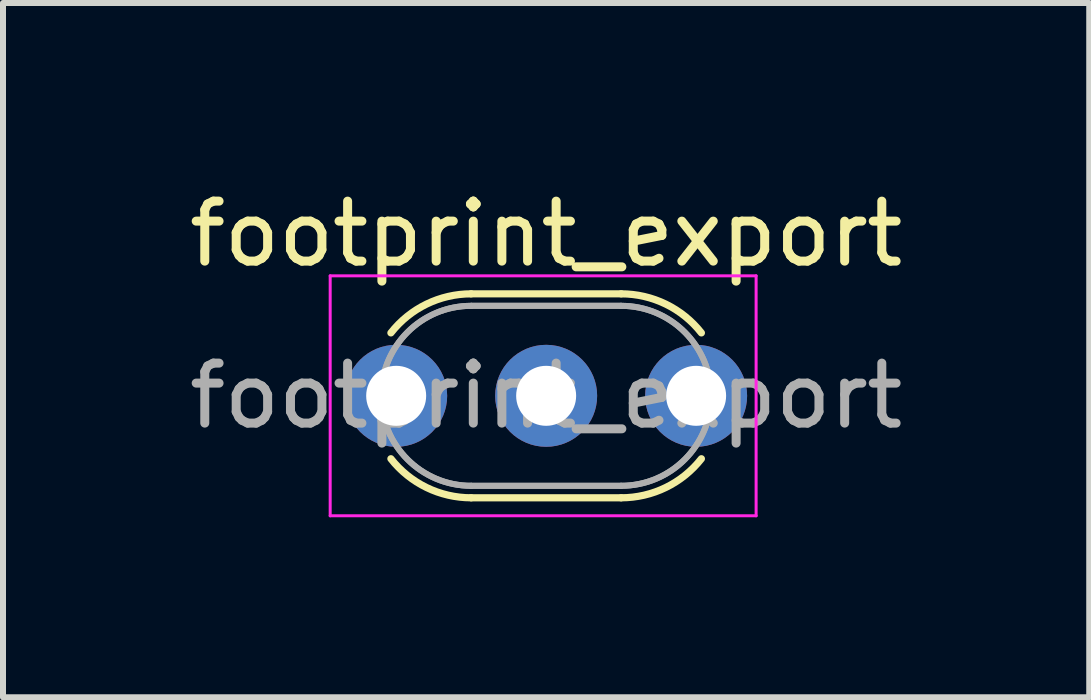
<source format=kicad_pcb>
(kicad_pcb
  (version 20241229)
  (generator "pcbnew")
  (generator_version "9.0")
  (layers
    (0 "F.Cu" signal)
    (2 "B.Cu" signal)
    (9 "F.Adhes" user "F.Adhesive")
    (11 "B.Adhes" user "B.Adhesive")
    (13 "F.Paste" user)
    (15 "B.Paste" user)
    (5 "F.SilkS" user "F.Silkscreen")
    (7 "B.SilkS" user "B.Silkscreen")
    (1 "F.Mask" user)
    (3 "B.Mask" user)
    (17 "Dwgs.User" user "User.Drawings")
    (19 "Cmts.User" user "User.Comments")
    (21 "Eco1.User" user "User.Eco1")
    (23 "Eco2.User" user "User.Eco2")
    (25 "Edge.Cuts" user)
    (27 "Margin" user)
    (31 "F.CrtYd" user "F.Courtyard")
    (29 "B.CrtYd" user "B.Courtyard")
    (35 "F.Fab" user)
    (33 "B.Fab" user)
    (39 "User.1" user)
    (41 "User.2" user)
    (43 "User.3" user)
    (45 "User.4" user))
  (footprint "footprint_export"
    (layer "F.Cu")
    (at 3.554 3.548)
    (property "Reference" "footprint_export" (at 2.5 -2.7 0) (layer "F.SilkS") (effects (font (size 1 1) (thickness 0.15))))
    (attr through_hole)
    (fp_line (start 1.25 -1.7) (end 3.75 -1.7) (stroke (width 0.12) (type solid)) (layer "F.SilkS"))
    (fp_line (start 1.25 1.7) (end 3.75 1.7) (stroke (width 0.12) (type solid)) (layer "F.SilkS"))
    (fp_arc (start -0.08779 -1.048961) (mid 0.506102 -1.5286) (end 1.25 -1.7) (stroke (width 0.12) (type solid)) (layer "F.SilkS"))
    (fp_arc (start 1.25 1.7) (mid 0.506103 1.5286) (end -0.08779 1.048961) (stroke (width 0.12) (type solid)) (layer "F.SilkS"))
    (fp_arc (start 3.75 -1.7) (mid 4.493897 -1.5286) (end 5.08779 -1.048961) (stroke (width 0.12) (type solid)) (layer "F.SilkS"))
    (fp_arc (start 5.08779 1.048961) (mid 4.493898 1.5286) (end 3.75 1.7) (stroke (width 0.12) (type solid)) (layer "F.SilkS"))
    (fp_line (start -1.1 -2) (end -1.1 2) (stroke (width 0.05) (type solid)) (layer "F.CrtYd"))
    (fp_line (start -1.1 2) (end 6 2) (stroke (width 0.05) (type solid)) (layer "F.CrtYd"))
    (fp_line (start 6 -2) (end -1.1 -2) (stroke (width 0.05) (type solid)) (layer "F.CrtYd"))
    (fp_line (start 6 2) (end 6 -2) (stroke (width 0.05) (type solid)) (layer "F.CrtYd"))
    (fp_line (start 1.25 -1.5) (end 3.75 -1.5) (stroke (width 0.1) (type solid)) (layer "F.Fab"))
    (fp_line (start 1.25 -1.5) (end 3.75 -1.5) (stroke (width 0.1) (type solid)) (layer "F.Fab"))
    (fp_line (start 1.25 1.5) (end 3.75 1.5) (stroke (width 0.1) (type solid)) (layer "F.Fab"))
    (fp_line (start 1.25 1.5) (end 3.75 1.5) (stroke (width 0.1) (type solid)) (layer "F.Fab"))
    (fp_arc (start 1.25 1.5) (mid -0.25 0) (end 1.25 -1.5) (stroke (width 0.1) (type solid)) (layer "F.Fab"))
    (fp_arc (start 1.25 1.5) (mid -0.25 0) (end 1.25 -1.5) (stroke (width 0.1) (type solid)) (layer "F.Fab"))
    (fp_arc (start 3.75 -1.5) (mid 5.25 0) (end 3.75 1.5) (stroke (width 0.1) (type solid)) (layer "F.Fab"))
    (fp_arc (start 3.75 -1.5) (mid 5.25 0) (end 3.75 1.5) (stroke (width 0.1) (type solid)) (layer "F.Fab"))
    (fp_text user "${REFERENCE}" (at 2.5 0 0) (layer "F.Fab") (effects (font (size 1 1) (thickness 0.15))))
    (pad "1" thru_hole circle (at 0 0) (size 1.7 1.7) (drill 1) (layers "*.Cu" "*.Mask"))
    (pad "2" thru_hole circle (at 2.5 0) (size 1.7 1.7) (drill 1) (layers "*.Cu" "*.Mask"))
    (pad "3" thru_hole circle (at 5 0) (size 1.7 1.7) (drill 1) (layers "*.Cu" "*.Mask")))
  (gr_rect
    (start -3 -3)
    (end 15.107 8.573)
    (stroke (width 0.1) (type default))
    (fill no)
    (layer "Edge.Cuts")))
</source>
